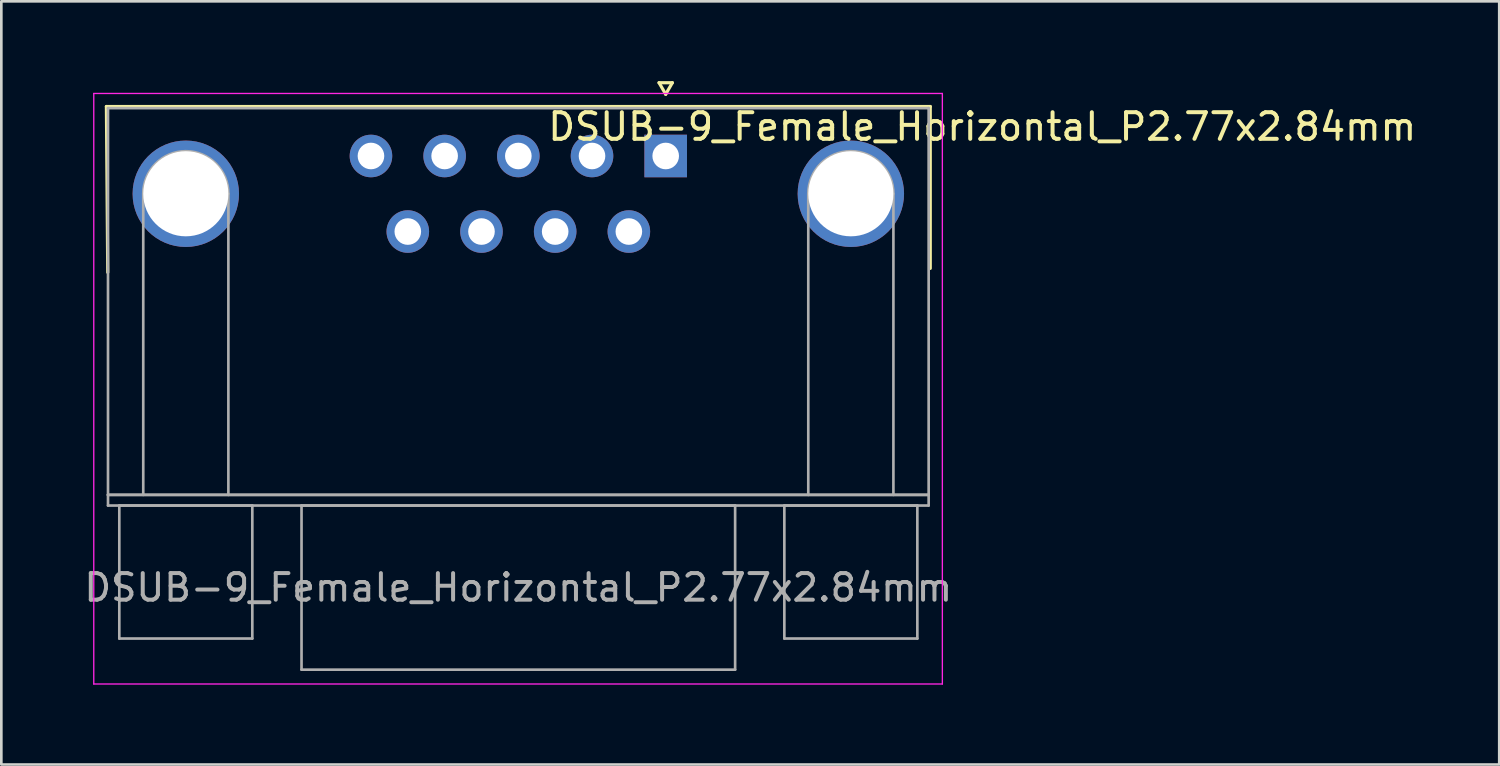
<source format=kicad_pcb>
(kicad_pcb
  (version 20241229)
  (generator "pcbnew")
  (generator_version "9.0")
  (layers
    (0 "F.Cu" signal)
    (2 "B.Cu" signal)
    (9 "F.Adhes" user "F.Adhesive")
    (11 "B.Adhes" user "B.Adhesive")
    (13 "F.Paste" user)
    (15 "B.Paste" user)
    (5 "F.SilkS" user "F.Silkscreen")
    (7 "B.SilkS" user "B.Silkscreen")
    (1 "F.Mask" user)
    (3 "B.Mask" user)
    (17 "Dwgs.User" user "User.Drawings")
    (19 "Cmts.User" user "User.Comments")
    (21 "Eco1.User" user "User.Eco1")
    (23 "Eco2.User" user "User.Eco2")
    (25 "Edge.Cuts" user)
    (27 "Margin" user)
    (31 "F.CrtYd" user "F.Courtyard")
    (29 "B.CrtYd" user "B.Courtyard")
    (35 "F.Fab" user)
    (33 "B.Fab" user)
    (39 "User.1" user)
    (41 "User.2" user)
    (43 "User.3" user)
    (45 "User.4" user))
  (footprint "DSUB-9_Female_Horizontal_P2.77x2.84mm"
    (layer "F.Cu")
    (at 21.975 2.814)
    (property "Reference" "DSUB-9_Female_Horizontal_P2.77x2.84mm" (at 11.9 -1.1 180) (layer "F.SilkS") (effects (font (size 1 1) (thickness 0.15))))
    (attr through_hole)
    (fp_line (start -21.025 -1.86) (end 9.945 -1.86) (stroke (width 0.12) (type solid)) (layer "F.SilkS"))
    (fp_line (start -20.975 4.375) (end -21.025 -1.86) (stroke (width 0.12) (type solid)) (layer "F.SilkS"))
    (fp_line (start -0.25 -2.754) (end 0.25 -2.754) (stroke (width 0.12) (type solid)) (layer "F.SilkS"))
    (fp_line (start 0 -2.321) (end -0.25 -2.754) (stroke (width 0.12) (type solid)) (layer "F.SilkS"))
    (fp_line (start 0.25 -2.754) (end 0 -2.321) (stroke (width 0.12) (type solid)) (layer "F.SilkS"))
    (fp_line (start 9.945 -1.86) (end 9.945 4.225) (stroke (width 0.12) (type solid)) (layer "F.SilkS"))
    (fp_line (start -21.5 -2.35) (end -21.5 19.85) (stroke (width 0.05) (type solid)) (layer "F.CrtYd"))
    (fp_line (start -21.5 19.85) (end 10.4 19.85) (stroke (width 0.05) (type solid)) (layer "F.CrtYd"))
    (fp_line (start 10.4 -2.35) (end -21.5 -2.35) (stroke (width 0.05) (type solid)) (layer "F.CrtYd"))
    (fp_line (start 10.4 19.85) (end 10.4 -2.35) (stroke (width 0.05) (type solid)) (layer "F.CrtYd"))
    (fp_line (start -20.965 -1.8) (end -20.965 12.74) (stroke (width 0.1) (type solid)) (layer "F.Fab"))
    (fp_line (start -20.965 12.74) (end -20.965 13.14) (stroke (width 0.1) (type solid)) (layer "F.Fab"))
    (fp_line (start -20.965 12.74) (end 9.885 12.74) (stroke (width 0.1) (type solid)) (layer "F.Fab"))
    (fp_line (start -20.965 13.14) (end 9.885 13.14) (stroke (width 0.1) (type solid)) (layer "F.Fab"))
    (fp_line (start -20.54 13.14) (end -20.54 18.14) (stroke (width 0.1) (type solid)) (layer "F.Fab"))
    (fp_line (start -20.54 18.14) (end -15.54 18.14) (stroke (width 0.1) (type solid)) (layer "F.Fab"))
    (fp_line (start -19.64 12.74) (end -19.64 1.42) (stroke (width 0.1) (type solid)) (layer "F.Fab"))
    (fp_line (start -16.44 12.74) (end -16.44 1.42) (stroke (width 0.1) (type solid)) (layer "F.Fab"))
    (fp_line (start -15.54 13.14) (end -20.54 13.14) (stroke (width 0.1) (type solid)) (layer "F.Fab"))
    (fp_line (start -15.54 18.14) (end -15.54 13.14) (stroke (width 0.1) (type solid)) (layer "F.Fab"))
    (fp_line (start -13.69 13.14) (end -13.69 19.31) (stroke (width 0.1) (type solid)) (layer "F.Fab"))
    (fp_line (start -13.69 19.31) (end 2.61 19.31) (stroke (width 0.1) (type solid)) (layer "F.Fab"))
    (fp_line (start 2.61 13.14) (end -13.69 13.14) (stroke (width 0.1) (type solid)) (layer "F.Fab"))
    (fp_line (start 2.61 19.31) (end 2.61 13.14) (stroke (width 0.1) (type solid)) (layer "F.Fab"))
    (fp_line (start 4.46 13.14) (end 4.46 18.14) (stroke (width 0.1) (type solid)) (layer "F.Fab"))
    (fp_line (start 4.46 18.14) (end 9.46 18.14) (stroke (width 0.1) (type solid)) (layer "F.Fab"))
    (fp_line (start 5.36 12.74) (end 5.36 1.42) (stroke (width 0.1) (type solid)) (layer "F.Fab"))
    (fp_line (start 8.56 12.74) (end 8.56 1.42) (stroke (width 0.1) (type solid)) (layer "F.Fab"))
    (fp_line (start 9.46 13.14) (end 4.46 13.14) (stroke (width 0.1) (type solid)) (layer "F.Fab"))
    (fp_line (start 9.46 18.14) (end 9.46 13.14) (stroke (width 0.1) (type solid)) (layer "F.Fab"))
    (fp_line (start 9.885 -1.8) (end -20.965 -1.8) (stroke (width 0.1) (type solid)) (layer "F.Fab"))
    (fp_line (start 9.885 12.74) (end -20.965 12.74) (stroke (width 0.1) (type solid)) (layer "F.Fab"))
    (fp_line (start 9.885 12.74) (end 9.885 -1.8) (stroke (width 0.1) (type solid)) (layer "F.Fab"))
    (fp_line (start 9.885 13.14) (end 9.885 12.74) (stroke (width 0.1) (type solid)) (layer "F.Fab"))
    (fp_arc (start -19.64 1.42) (mid -18.04 -0.18) (end -16.44 1.42) (stroke (width 0.1) (type solid)) (layer "F.Fab"))
    (fp_arc (start 5.36 1.42) (mid 6.96 -0.18) (end 8.56 1.42) (stroke (width 0.1) (type solid)) (layer "F.Fab"))
    (fp_text user "${REFERENCE}" (at -5.54 16.225 180) (layer "F.Fab") (effects (font (size 1 1) (thickness 0.15))))
    (pad "0" thru_hole circle (at -18.04 1.42) (size 4 4) (drill 3.2) (layers "*.Cu" "*.Mask"))
    (pad "0" thru_hole circle (at 6.96 1.42) (size 4 4) (drill 3.2) (layers "*.Cu" "*.Mask"))
    (pad "1" thru_hole rect (at 0 0) (size 1.6 1.6) (drill 1) (layers "*.Cu" "*.Mask"))
    (pad "2" thru_hole circle (at -2.77 0) (size 1.6 1.6) (drill 1) (layers "*.Cu" "*.Mask"))
    (pad "3" thru_hole circle (at -5.54 0) (size 1.6 1.6) (drill 1) (layers "*.Cu" "*.Mask"))
    (pad "4" thru_hole circle (at -8.31 0) (size 1.6 1.6) (drill 1) (layers "*.Cu" "*.Mask"))
    (pad "5" thru_hole circle (at -11.08 0) (size 1.6 1.6) (drill 1) (layers "*.Cu" "*.Mask"))
    (pad "6" thru_hole circle (at -1.385 2.84) (size 1.6 1.6) (drill 1) (layers "*.Cu" "*.Mask"))
    (pad "7" thru_hole circle (at -4.155 2.84) (size 1.6 1.6) (drill 1) (layers "*.Cu" "*.Mask"))
    (pad "8" thru_hole circle (at -6.925 2.84) (size 1.6 1.6) (drill 1) (layers "*.Cu" "*.Mask"))
    (pad "9" thru_hole circle (at -9.695 2.84) (size 1.6 1.6) (drill 1) (layers "*.Cu" "*.Mask")))
  (gr_rect
    (start -3 -3)
    (end 53.309 25.689)
    (stroke (width 0.1) (type default))
    (fill no)
    (layer "Edge.Cuts")))
</source>
